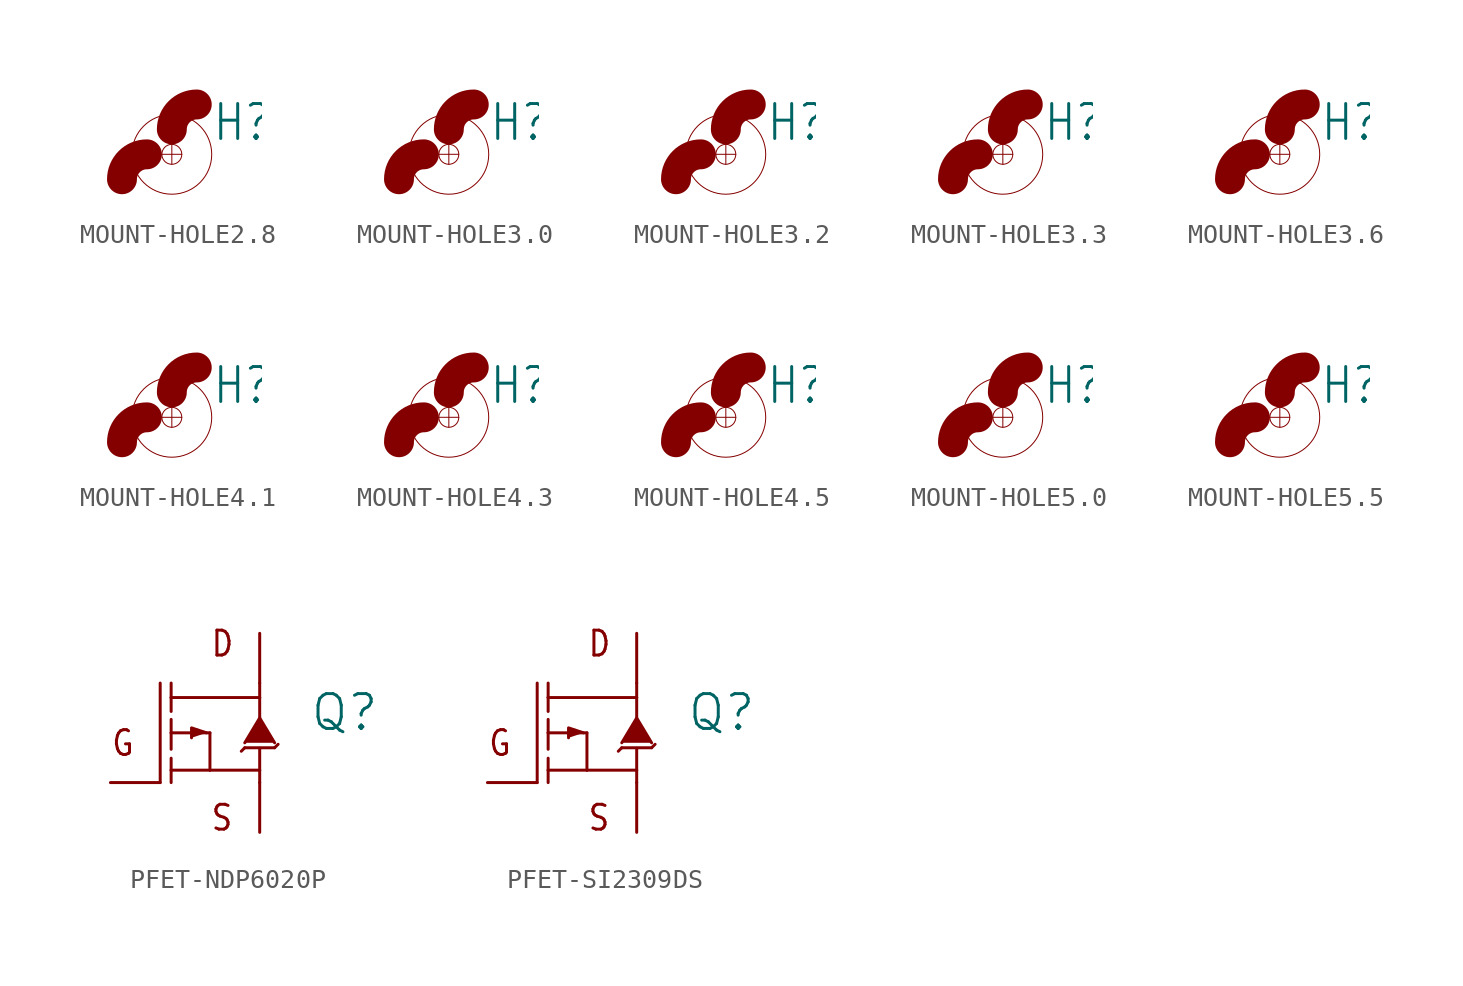
<source format=kicad_sym>
(kicad_symbol_lib
  (version 20241209)
  (generator "kicad_symbol_editor")
  (generator_version "9.0")
  (symbol "MOUNT-HOLE2.8"
    (property "Reference" "H"
      (at 2.032 0.584 0)
      (effects (font (size 1.778 1.511)) (justify left bottom)))
    (property "Value" ""
      (at 2.032 -2.464 0)
      (effects (font (size 1.778 1.511)) (justify left bottom)))
    (property "ki_locked" ""
      (at 0 0 0)
      (effects (font (size 1.27 1.27))))
    (symbol "MOUNT-HOLE2.8_1_0"
      (arc (start -2.54 -1.27) (mid -2.168 -0.372) (end -1.27 0) (stroke (width 1.524) (type solid)) (fill (type none)))
      (polyline (pts (xy -0.508 0) (xy 0.508 0)) (stroke (width 0.051) (type solid)) (fill (type none)))
      (polyline (pts (xy 0 0.508) (xy 0 -0.508)) (stroke (width 0.051) (type solid)) (fill (type none)))
      (circle (center 0 0) (radius 0.508) (stroke (width 0.051) (type solid)) (fill (type none)))
      (circle (center 0 0) (radius 2.032) (stroke (width 0.051) (type solid)) (fill (type none)))
      (arc (start 0 1.27) (mid 0.372 2.168) (end 1.27 2.54) (stroke (width 1.524) (type solid)) (fill (type none)))))
  (symbol "MOUNT-HOLE3.0"
    (property "Reference" "H"
      (at 2.032 0.584 0)
      (effects (font (size 1.778 1.511)) (justify left bottom)))
    (property "Value" ""
      (at 2.032 -2.464 0)
      (effects (font (size 1.778 1.511)) (justify left bottom)))
    (property "ki_locked" ""
      (at 0 0 0)
      (effects (font (size 1.27 1.27))))
    (symbol "MOUNT-HOLE3.0_1_0"
      (arc (start -2.54 -1.27) (mid -2.168 -0.372) (end -1.27 0) (stroke (width 1.524) (type solid)) (fill (type none)))
      (polyline (pts (xy -0.508 0) (xy 0.508 0)) (stroke (width 0.051) (type solid)) (fill (type none)))
      (polyline (pts (xy 0 0.508) (xy 0 -0.508)) (stroke (width 0.051) (type solid)) (fill (type none)))
      (circle (center 0 0) (radius 0.508) (stroke (width 0.051) (type solid)) (fill (type none)))
      (circle (center 0 0) (radius 2.032) (stroke (width 0.051) (type solid)) (fill (type none)))
      (arc (start 0 1.27) (mid 0.372 2.168) (end 1.27 2.54) (stroke (width 1.524) (type solid)) (fill (type none)))))
  (symbol "MOUNT-HOLE3.2"
    (property "Reference" "H"
      (at 2.032 0.584 0)
      (effects (font (size 1.778 1.511)) (justify left bottom)))
    (property "Value" ""
      (at 2.032 -2.464 0)
      (effects (font (size 1.778 1.511)) (justify left bottom)))
    (property "ki_locked" ""
      (at 0 0 0)
      (effects (font (size 1.27 1.27))))
    (symbol "MOUNT-HOLE3.2_1_0"
      (arc (start -2.54 -1.27) (mid -2.168 -0.372) (end -1.27 0) (stroke (width 1.524) (type solid)) (fill (type none)))
      (polyline (pts (xy -0.508 0) (xy 0.508 0)) (stroke (width 0.051) (type solid)) (fill (type none)))
      (polyline (pts (xy 0 0.508) (xy 0 -0.508)) (stroke (width 0.051) (type solid)) (fill (type none)))
      (circle (center 0 0) (radius 0.508) (stroke (width 0.051) (type solid)) (fill (type none)))
      (circle (center 0 0) (radius 2.032) (stroke (width 0.051) (type solid)) (fill (type none)))
      (arc (start 0 1.27) (mid 0.372 2.168) (end 1.27 2.54) (stroke (width 1.524) (type solid)) (fill (type none)))))
  (symbol "MOUNT-HOLE3.3"
    (property "Reference" "H"
      (at 2.032 0.584 0)
      (effects (font (size 1.778 1.511)) (justify left bottom)))
    (property "Value" ""
      (at 2.032 -2.464 0)
      (effects (font (size 1.778 1.511)) (justify left bottom)))
    (property "ki_locked" ""
      (at 0 0 0)
      (effects (font (size 1.27 1.27))))
    (symbol "MOUNT-HOLE3.3_1_0"
      (arc (start -2.54 -1.27) (mid -2.168 -0.372) (end -1.27 0) (stroke (width 1.524) (type solid)) (fill (type none)))
      (polyline (pts (xy -0.508 0) (xy 0.508 0)) (stroke (width 0.051) (type solid)) (fill (type none)))
      (polyline (pts (xy 0 0.508) (xy 0 -0.508)) (stroke (width 0.051) (type solid)) (fill (type none)))
      (circle (center 0 0) (radius 0.508) (stroke (width 0.051) (type solid)) (fill (type none)))
      (circle (center 0 0) (radius 2.032) (stroke (width 0.051) (type solid)) (fill (type none)))
      (arc (start 0 1.27) (mid 0.372 2.168) (end 1.27 2.54) (stroke (width 1.524) (type solid)) (fill (type none)))))
  (symbol "MOUNT-HOLE3.6"
    (property "Reference" "H"
      (at 2.032 0.584 0)
      (effects (font (size 1.778 1.511)) (justify left bottom)))
    (property "Value" ""
      (at 2.032 -2.464 0)
      (effects (font (size 1.778 1.511)) (justify left bottom)))
    (property "ki_locked" ""
      (at 0 0 0)
      (effects (font (size 1.27 1.27))))
    (symbol "MOUNT-HOLE3.6_1_0"
      (arc (start -2.54 -1.27) (mid -2.168 -0.372) (end -1.27 0) (stroke (width 1.524) (type solid)) (fill (type none)))
      (polyline (pts (xy -0.508 0) (xy 0.508 0)) (stroke (width 0.051) (type solid)) (fill (type none)))
      (polyline (pts (xy 0 0.508) (xy 0 -0.508)) (stroke (width 0.051) (type solid)) (fill (type none)))
      (circle (center 0 0) (radius 0.508) (stroke (width 0.051) (type solid)) (fill (type none)))
      (circle (center 0 0) (radius 2.032) (stroke (width 0.051) (type solid)) (fill (type none)))
      (arc (start 0 1.27) (mid 0.372 2.168) (end 1.27 2.54) (stroke (width 1.524) (type solid)) (fill (type none)))))
  (symbol "MOUNT-HOLE4.1"
    (property "Reference" "H"
      (at 2.032 0.584 0)
      (effects (font (size 1.778 1.511)) (justify left bottom)))
    (property "Value" ""
      (at 2.032 -2.464 0)
      (effects (font (size 1.778 1.511)) (justify left bottom)))
    (property "ki_locked" ""
      (at 0 0 0)
      (effects (font (size 1.27 1.27))))
    (symbol "MOUNT-HOLE4.1_1_0"
      (arc (start -2.54 -1.27) (mid -2.168 -0.372) (end -1.27 0) (stroke (width 1.524) (type solid)) (fill (type none)))
      (polyline (pts (xy -0.508 0) (xy 0.508 0)) (stroke (width 0.051) (type solid)) (fill (type none)))
      (polyline (pts (xy 0 0.508) (xy 0 -0.508)) (stroke (width 0.051) (type solid)) (fill (type none)))
      (circle (center 0 0) (radius 0.508) (stroke (width 0.051) (type solid)) (fill (type none)))
      (circle (center 0 0) (radius 2.032) (stroke (width 0.051) (type solid)) (fill (type none)))
      (arc (start 0 1.27) (mid 0.372 2.168) (end 1.27 2.54) (stroke (width 1.524) (type solid)) (fill (type none)))))
  (symbol "MOUNT-HOLE4.3"
    (property "Reference" "H"
      (at 2.032 0.584 0)
      (effects (font (size 1.778 1.511)) (justify left bottom)))
    (property "Value" ""
      (at 2.032 -2.464 0)
      (effects (font (size 1.778 1.511)) (justify left bottom)))
    (property "ki_locked" ""
      (at 0 0 0)
      (effects (font (size 1.27 1.27))))
    (symbol "MOUNT-HOLE4.3_1_0"
      (arc (start -2.54 -1.27) (mid -2.168 -0.372) (end -1.27 0) (stroke (width 1.524) (type solid)) (fill (type none)))
      (polyline (pts (xy -0.508 0) (xy 0.508 0)) (stroke (width 0.051) (type solid)) (fill (type none)))
      (polyline (pts (xy 0 0.508) (xy 0 -0.508)) (stroke (width 0.051) (type solid)) (fill (type none)))
      (circle (center 0 0) (radius 0.508) (stroke (width 0.051) (type solid)) (fill (type none)))
      (circle (center 0 0) (radius 2.032) (stroke (width 0.051) (type solid)) (fill (type none)))
      (arc (start 0 1.27) (mid 0.372 2.168) (end 1.27 2.54) (stroke (width 1.524) (type solid)) (fill (type none)))))
  (symbol "MOUNT-HOLE4.5"
    (property "Reference" "H"
      (at 2.032 0.584 0)
      (effects (font (size 1.778 1.511)) (justify left bottom)))
    (property "Value" ""
      (at 2.032 -2.464 0)
      (effects (font (size 1.778 1.511)) (justify left bottom)))
    (property "ki_locked" ""
      (at 0 0 0)
      (effects (font (size 1.27 1.27))))
    (symbol "MOUNT-HOLE4.5_1_0"
      (arc (start -2.54 -1.27) (mid -2.168 -0.372) (end -1.27 0) (stroke (width 1.524) (type solid)) (fill (type none)))
      (polyline (pts (xy -0.508 0) (xy 0.508 0)) (stroke (width 0.051) (type solid)) (fill (type none)))
      (polyline (pts (xy 0 0.508) (xy 0 -0.508)) (stroke (width 0.051) (type solid)) (fill (type none)))
      (circle (center 0 0) (radius 0.508) (stroke (width 0.051) (type solid)) (fill (type none)))
      (circle (center 0 0) (radius 2.032) (stroke (width 0.051) (type solid)) (fill (type none)))
      (arc (start 0 1.27) (mid 0.372 2.168) (end 1.27 2.54) (stroke (width 1.524) (type solid)) (fill (type none)))))
  (symbol "MOUNT-HOLE5.0"
    (property "Reference" "H"
      (at 2.032 0.584 0)
      (effects (font (size 1.778 1.511)) (justify left bottom)))
    (property "Value" ""
      (at 2.032 -2.464 0)
      (effects (font (size 1.778 1.511)) (justify left bottom)))
    (property "ki_locked" ""
      (at 0 0 0)
      (effects (font (size 1.27 1.27))))
    (symbol "MOUNT-HOLE5.0_1_0"
      (arc (start -2.54 -1.27) (mid -2.168 -0.372) (end -1.27 0) (stroke (width 1.524) (type solid)) (fill (type none)))
      (polyline (pts (xy -0.508 0) (xy 0.508 0)) (stroke (width 0.051) (type solid)) (fill (type none)))
      (polyline (pts (xy 0 0.508) (xy 0 -0.508)) (stroke (width 0.051) (type solid)) (fill (type none)))
      (circle (center 0 0) (radius 0.508) (stroke (width 0.051) (type solid)) (fill (type none)))
      (circle (center 0 0) (radius 2.032) (stroke (width 0.051) (type solid)) (fill (type none)))
      (arc (start 0 1.27) (mid 0.372 2.168) (end 1.27 2.54) (stroke (width 1.524) (type solid)) (fill (type none)))))
  (symbol "MOUNT-HOLE5.5"
    (property "Reference" "H"
      (at 2.032 0.584 0)
      (effects (font (size 1.778 1.511)) (justify left bottom)))
    (property "Value" ""
      (at 2.032 -2.464 0)
      (effects (font (size 1.778 1.511)) (justify left bottom)))
    (property "ki_locked" ""
      (at 0 0 0)
      (effects (font (size 1.27 1.27))))
    (symbol "MOUNT-HOLE5.5_1_0"
      (arc (start -2.54 -1.27) (mid -2.168 -0.372) (end -1.27 0) (stroke (width 1.524) (type solid)) (fill (type none)))
      (polyline (pts (xy -0.508 0) (xy 0.508 0)) (stroke (width 0.051) (type solid)) (fill (type none)))
      (polyline (pts (xy 0 0.508) (xy 0 -0.508)) (stroke (width 0.051) (type solid)) (fill (type none)))
      (circle (center 0 0) (radius 0.508) (stroke (width 0.051) (type solid)) (fill (type none)))
      (circle (center 0 0) (radius 2.032) (stroke (width 0.051) (type solid)) (fill (type none)))
      (arc (start 0 1.27) (mid 0.372 2.168) (end 1.27 2.54) (stroke (width 1.524) (type solid)) (fill (type none)))))
  (symbol "PFET-NDP6020P"
    (property "Reference" "Q"
      (at 5.08 0 0)
      (effects (font (size 1.778 1.778)) (justify left bottom)))
    (property "Value" ""
      (at 5.08 -2.54 0)
      (effects (font (size 1.778 1.778)) (justify left bottom)))
    (property "ki_locked" ""
      (at 0 0 0)
      (effects (font (size 1.27 1.27))))
    (symbol "PFET-NDP6020P_1_0"
      (polyline (pts (xy -2.54 -2.54) (xy -2.54 2.54)) (stroke (width 0.152) (type solid)) (fill (type none)))
      (polyline (pts (xy -1.981 2.54) (xy -1.981 1.803)) (stroke (width 0.152) (type solid)) (fill (type none)))
      (polyline (pts (xy -1.981 1.803) (xy -1.981 1.092)) (stroke (width 0.152) (type solid)) (fill (type none)))
      (polyline (pts (xy -1.981 1.803) (xy 2.54 1.803)) (stroke (width 0.152) (type solid)) (fill (type none)))
      (polyline (pts (xy -1.981 0.686) (xy -1.981 0)) (stroke (width 0.152) (type solid)) (fill (type none)))
      (polyline (pts (xy -1.981 0) (xy -1.981 -0.838)) (stroke (width 0.152) (type solid)) (fill (type none)))
      (polyline (pts (xy -1.981 -1.295) (xy -1.981 -1.905)) (stroke (width 0.152) (type solid)) (fill (type none)))
      (polyline (pts (xy -1.981 -1.905) (xy -1.981 -2.54)) (stroke (width 0.152) (type solid)) (fill (type none)))
      (polyline (pts (xy -1.981 -1.905) (xy 0 -1.905)) (stroke (width 0.152) (type solid)) (fill (type none)))
      (polyline (pts (xy -0.178 0) (xy -0.94 0.254) (xy -0.94 -0.254)) (stroke (width 0.152) (type solid)) (fill (type outline)))
      (polyline (pts (xy 0 0) (xy -1.981 0)) (stroke (width 0.152) (type solid)) (fill (type none)))
      (polyline (pts (xy 0 -1.905) (xy 0 0)) (stroke (width 0.152) (type solid)) (fill (type none)))
      (polyline (pts (xy 1.778 -0.762) (xy 1.6 -0.94)) (stroke (width 0.152) (type solid)) (fill (type none)))
      (polyline (pts (xy 1.778 -0.762) (xy 3.302 -0.762)) (stroke (width 0.152) (type solid)) (fill (type none)))
      (polyline (pts (xy 2.54 2.54) (xy 2.54 1.803)) (stroke (width 0.152) (type solid)) (fill (type none)))
      (polyline (pts (xy 2.54 1.803) (xy 2.54 0.584)) (stroke (width 0.152) (type solid)) (fill (type none)))
      (polyline (pts (xy 2.54 -1.905) (xy 0 -1.905)) (stroke (width 0.152) (type solid)) (fill (type none)))
      (polyline (pts (xy 2.54 -1.905) (xy 2.54 -0.787)) (stroke (width 0.152) (type solid)) (fill (type none)))
      (polyline (pts (xy 2.54 -2.54) (xy 2.54 -1.905)) (stroke (width 0.152) (type solid)) (fill (type none)))
      (polyline (pts (xy 3.302 -0.508) (xy 2.54 0.762) (xy 1.778 -0.508)) (stroke (width 0.152) (type solid)) (fill (type outline)))
      (polyline (pts (xy 3.48 -0.584) (xy 3.302 -0.762)) (stroke (width 0.152) (type solid)) (fill (type none)))
      (text "G" (at -5.08 -1.27 0) (effects (font (size 1.27 1.079)) (justify left bottom)))
      (text "D" (at 0 3.81 0) (effects (font (size 1.27 1.079)) (justify left bottom)))
      (text "S" (at 0 -5.08 0) (effects (font (size 1.27 1.079)) (justify left bottom)))
      (pin bidirectional line (at -5.08 -2.54 0) (length 2.54) (name "G" (effects (font (size 0 0)))) (number "1" (effects (font (size 0 0)))))
      (pin bidirectional line (at 2.54 5.08 270) (length 2.54) (name "D" (effects (font (size 0 0)))) (number "2" (effects (font (size 0 0)))))
      (pin bidirectional line (at 2.54 -5.08 90) (length 2.54) (name "S" (effects (font (size 0 0)))) (number "3" (effects (font (size 0 0)))))))
  (symbol "PFET-SI2309DS"
    (property "Reference" "Q"
      (at 5.08 0 0)
      (effects (font (size 1.778 1.778)) (justify left bottom)))
    (property "Value" ""
      (at 5.08 -2.54 0)
      (effects (font (size 1.778 1.778)) (justify left bottom)))
    (property "ki_locked" ""
      (at 0 0 0)
      (effects (font (size 1.27 1.27))))
    (symbol "PFET-SI2309DS_1_0"
      (polyline (pts (xy -2.54 -2.54) (xy -2.54 2.54)) (stroke (width 0.152) (type solid)) (fill (type none)))
      (polyline (pts (xy -1.981 2.54) (xy -1.981 1.803)) (stroke (width 0.152) (type solid)) (fill (type none)))
      (polyline (pts (xy -1.981 1.803) (xy -1.981 1.092)) (stroke (width 0.152) (type solid)) (fill (type none)))
      (polyline (pts (xy -1.981 1.803) (xy 2.54 1.803)) (stroke (width 0.152) (type solid)) (fill (type none)))
      (polyline (pts (xy -1.981 0.686) (xy -1.981 0)) (stroke (width 0.152) (type solid)) (fill (type none)))
      (polyline (pts (xy -1.981 0) (xy -1.981 -0.838)) (stroke (width 0.152) (type solid)) (fill (type none)))
      (polyline (pts (xy -1.981 -1.295) (xy -1.981 -1.905)) (stroke (width 0.152) (type solid)) (fill (type none)))
      (polyline (pts (xy -1.981 -1.905) (xy -1.981 -2.54)) (stroke (width 0.152) (type solid)) (fill (type none)))
      (polyline (pts (xy -1.981 -1.905) (xy 0 -1.905)) (stroke (width 0.152) (type solid)) (fill (type none)))
      (polyline (pts (xy -0.178 0) (xy -0.94 0.254) (xy -0.94 -0.254)) (stroke (width 0.152) (type solid)) (fill (type outline)))
      (polyline (pts (xy 0 0) (xy -1.981 0)) (stroke (width 0.152) (type solid)) (fill (type none)))
      (polyline (pts (xy 0 -1.905) (xy 0 0)) (stroke (width 0.152) (type solid)) (fill (type none)))
      (polyline (pts (xy 1.778 -0.762) (xy 1.6 -0.94)) (stroke (width 0.152) (type solid)) (fill (type none)))
      (polyline (pts (xy 1.778 -0.762) (xy 3.302 -0.762)) (stroke (width 0.152) (type solid)) (fill (type none)))
      (polyline (pts (xy 2.54 2.54) (xy 2.54 1.803)) (stroke (width 0.152) (type solid)) (fill (type none)))
      (polyline (pts (xy 2.54 1.803) (xy 2.54 0.584)) (stroke (width 0.152) (type solid)) (fill (type none)))
      (polyline (pts (xy 2.54 -1.905) (xy 0 -1.905)) (stroke (width 0.152) (type solid)) (fill (type none)))
      (polyline (pts (xy 2.54 -1.905) (xy 2.54 -0.787)) (stroke (width 0.152) (type solid)) (fill (type none)))
      (polyline (pts (xy 2.54 -2.54) (xy 2.54 -1.905)) (stroke (width 0.152) (type solid)) (fill (type none)))
      (polyline (pts (xy 3.302 -0.508) (xy 2.54 0.762) (xy 1.778 -0.508)) (stroke (width 0.152) (type solid)) (fill (type outline)))
      (polyline (pts (xy 3.48 -0.584) (xy 3.302 -0.762)) (stroke (width 0.152) (type solid)) (fill (type none)))
      (text "G" (at -5.08 -1.27 0) (effects (font (size 1.27 1.079)) (justify left bottom)))
      (text "D" (at 0 3.81 0) (effects (font (size 1.27 1.079)) (justify left bottom)))
      (text "S" (at 0 -5.08 0) (effects (font (size 1.27 1.079)) (justify left bottom)))
      (pin bidirectional line (at -5.08 -2.54 0) (length 2.54) (name "G" (effects (font (size 0 0)))) (number "1" (effects (font (size 0 0)))))
      (pin bidirectional line (at 2.54 5.08 270) (length 2.54) (name "D" (effects (font (size 0 0)))) (number "3" (effects (font (size 0 0)))))
      (pin bidirectional line (at 2.54 -5.08 90) (length 2.54) (name "S" (effects (font (size 0 0)))) (number "2" (effects (font (size 0 0))))))))
</source>
